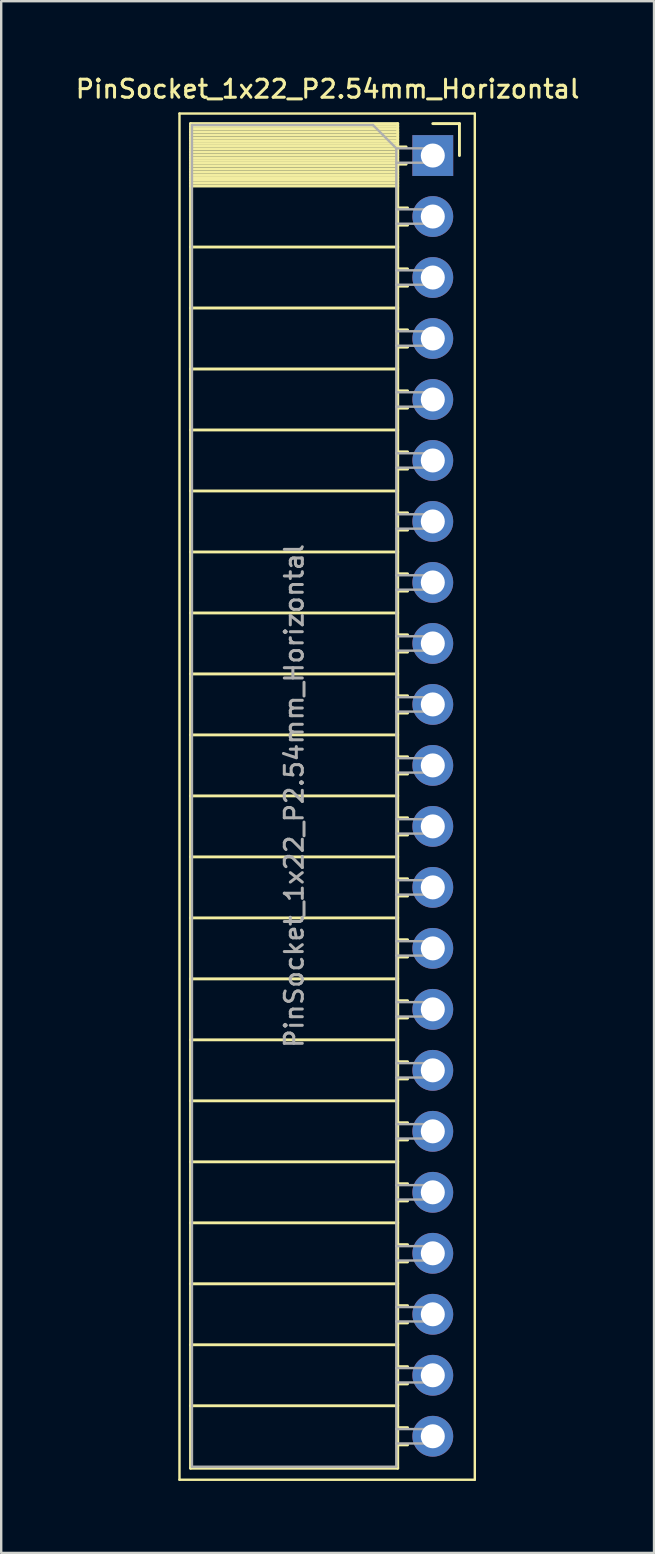
<source format=kicad_pcb>
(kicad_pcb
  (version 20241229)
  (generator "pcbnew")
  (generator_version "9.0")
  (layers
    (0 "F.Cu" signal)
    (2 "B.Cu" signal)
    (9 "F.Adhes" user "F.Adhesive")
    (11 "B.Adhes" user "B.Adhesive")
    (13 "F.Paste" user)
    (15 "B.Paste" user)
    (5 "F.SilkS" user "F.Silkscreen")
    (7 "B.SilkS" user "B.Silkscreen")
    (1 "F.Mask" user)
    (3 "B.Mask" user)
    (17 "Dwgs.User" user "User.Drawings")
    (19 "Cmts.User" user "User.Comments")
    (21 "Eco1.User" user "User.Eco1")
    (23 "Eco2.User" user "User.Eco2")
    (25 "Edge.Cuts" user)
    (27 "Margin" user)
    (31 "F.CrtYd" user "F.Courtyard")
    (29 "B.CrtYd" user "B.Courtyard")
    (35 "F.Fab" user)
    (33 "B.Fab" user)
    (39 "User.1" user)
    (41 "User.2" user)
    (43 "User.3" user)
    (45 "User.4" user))
  (footprint "PinSocket_1x22_P2.54mm_Horizontal"
    (layer "F.Cu")
    (at 14.975 3.428)
    (property "Reference" "PinSocket_1x22_P2.54mm_Horizontal" (at -4.38 -2.77 0) (layer "F.SilkS") (effects (font (size 0.75 0.75) (thickness 0.125))))
    (attr through_hole)
    (fp_line (start -10.55 -1.75) (end -10.55 55.15) (stroke (width 0.1) (type solid)) (layer "F.SilkS"))
    (fp_line (start -10.55 55.15) (end 1.75 55.15) (stroke (width 0.1) (type solid)) (layer "F.SilkS"))
    (fp_line (start -10.09 -1.33) (end -10.09 54.67) (stroke (width 0.12) (type solid)) (layer "F.SilkS"))
    (fp_line (start -10.09 -1.33) (end -1.46 -1.33) (stroke (width 0.12) (type solid)) (layer "F.SilkS"))
    (fp_line (start -10.09 -1.21) (end -1.46 -1.21) (stroke (width 0.12) (type solid)) (layer "F.SilkS"))
    (fp_line (start -10.09 -1.092) (end -1.46 -1.092) (stroke (width 0.12) (type solid)) (layer "F.SilkS"))
    (fp_line (start -10.09 -0.974) (end -1.46 -0.974) (stroke (width 0.12) (type solid)) (layer "F.SilkS"))
    (fp_line (start -10.09 -0.856) (end -1.46 -0.856) (stroke (width 0.12) (type solid)) (layer "F.SilkS"))
    (fp_line (start -10.09 -0.738) (end -1.46 -0.738) (stroke (width 0.12) (type solid)) (layer "F.SilkS"))
    (fp_line (start -10.09 -0.62) (end -1.46 -0.62) (stroke (width 0.12) (type solid)) (layer "F.SilkS"))
    (fp_line (start -10.09 -0.501) (end -1.46 -0.501) (stroke (width 0.12) (type solid)) (layer "F.SilkS"))
    (fp_line (start -10.09 -0.383) (end -1.46 -0.383) (stroke (width 0.12) (type solid)) (layer "F.SilkS"))
    (fp_line (start -10.09 -0.265) (end -1.46 -0.265) (stroke (width 0.12) (type solid)) (layer "F.SilkS"))
    (fp_line (start -10.09 -0.147) (end -1.46 -0.147) (stroke (width 0.12) (type solid)) (layer "F.SilkS"))
    (fp_line (start -10.09 -0.029) (end -1.46 -0.029) (stroke (width 0.12) (type solid)) (layer "F.SilkS"))
    (fp_line (start -10.09 0.089) (end -1.46 0.089) (stroke (width 0.12) (type solid)) (layer "F.SilkS"))
    (fp_line (start -10.09 0.207) (end -1.46 0.207) (stroke (width 0.12) (type solid)) (layer "F.SilkS"))
    (fp_line (start -10.09 0.325) (end -1.46 0.325) (stroke (width 0.12) (type solid)) (layer "F.SilkS"))
    (fp_line (start -10.09 0.443) (end -1.46 0.443) (stroke (width 0.12) (type solid)) (layer "F.SilkS"))
    (fp_line (start -10.09 0.561) (end -1.46 0.561) (stroke (width 0.12) (type solid)) (layer "F.SilkS"))
    (fp_line (start -10.09 0.68) (end -1.46 0.68) (stroke (width 0.12) (type solid)) (layer "F.SilkS"))
    (fp_line (start -10.09 0.798) (end -1.46 0.798) (stroke (width 0.12) (type solid)) (layer "F.SilkS"))
    (fp_line (start -10.09 0.916) (end -1.46 0.916) (stroke (width 0.12) (type solid)) (layer "F.SilkS"))
    (fp_line (start -10.09 1.034) (end -1.46 1.034) (stroke (width 0.12) (type solid)) (layer "F.SilkS"))
    (fp_line (start -10.09 1.152) (end -1.46 1.152) (stroke (width 0.12) (type solid)) (layer "F.SilkS"))
    (fp_line (start -10.09 1.27) (end -1.46 1.27) (stroke (width 0.12) (type solid)) (layer "F.SilkS"))
    (fp_line (start -10.09 3.81) (end -1.46 3.81) (stroke (width 0.12) (type solid)) (layer "F.SilkS"))
    (fp_line (start -10.09 6.35) (end -1.46 6.35) (stroke (width 0.12) (type solid)) (layer "F.SilkS"))
    (fp_line (start -10.09 8.89) (end -1.46 8.89) (stroke (width 0.12) (type solid)) (layer "F.SilkS"))
    (fp_line (start -10.09 11.43) (end -1.46 11.43) (stroke (width 0.12) (type solid)) (layer "F.SilkS"))
    (fp_line (start -10.09 13.97) (end -1.46 13.97) (stroke (width 0.12) (type solid)) (layer "F.SilkS"))
    (fp_line (start -10.09 16.51) (end -1.46 16.51) (stroke (width 0.12) (type solid)) (layer "F.SilkS"))
    (fp_line (start -10.09 19.05) (end -1.46 19.05) (stroke (width 0.12) (type solid)) (layer "F.SilkS"))
    (fp_line (start -10.09 21.59) (end -1.46 21.59) (stroke (width 0.12) (type solid)) (layer "F.SilkS"))
    (fp_line (start -10.09 24.13) (end -1.46 24.13) (stroke (width 0.12) (type solid)) (layer "F.SilkS"))
    (fp_line (start -10.09 26.67) (end -1.46 26.67) (stroke (width 0.12) (type solid)) (layer "F.SilkS"))
    (fp_line (start -10.09 29.21) (end -1.46 29.21) (stroke (width 0.12) (type solid)) (layer "F.SilkS"))
    (fp_line (start -10.09 31.75) (end -1.46 31.75) (stroke (width 0.12) (type solid)) (layer "F.SilkS"))
    (fp_line (start -10.09 34.29) (end -1.46 34.29) (stroke (width 0.12) (type solid)) (layer "F.SilkS"))
    (fp_line (start -10.09 36.83) (end -1.46 36.83) (stroke (width 0.12) (type solid)) (layer "F.SilkS"))
    (fp_line (start -10.09 39.37) (end -1.46 39.37) (stroke (width 0.12) (type solid)) (layer "F.SilkS"))
    (fp_line (start -10.09 41.91) (end -1.46 41.91) (stroke (width 0.12) (type solid)) (layer "F.SilkS"))
    (fp_line (start -10.09 44.45) (end -1.46 44.45) (stroke (width 0.12) (type solid)) (layer "F.SilkS"))
    (fp_line (start -10.09 46.99) (end -1.46 46.99) (stroke (width 0.12) (type solid)) (layer "F.SilkS"))
    (fp_line (start -10.09 49.53) (end -1.46 49.53) (stroke (width 0.12) (type solid)) (layer "F.SilkS"))
    (fp_line (start -10.09 52.07) (end -1.46 52.07) (stroke (width 0.12) (type solid)) (layer "F.SilkS"))
    (fp_line (start -10.09 54.67) (end -1.46 54.67) (stroke (width 0.12) (type solid)) (layer "F.SilkS"))
    (fp_line (start -1.46 -1.33) (end -1.46 54.67) (stroke (width 0.12) (type solid)) (layer "F.SilkS"))
    (fp_line (start -1.46 -0.36) (end -1.11 -0.36) (stroke (width 0.12) (type solid)) (layer "F.SilkS"))
    (fp_line (start -1.46 0.36) (end -1.11 0.36) (stroke (width 0.12) (type solid)) (layer "F.SilkS"))
    (fp_line (start -1.46 2.18) (end -1.05 2.18) (stroke (width 0.12) (type solid)) (layer "F.SilkS"))
    (fp_line (start -1.46 2.9) (end -1.05 2.9) (stroke (width 0.12) (type solid)) (layer "F.SilkS"))
    (fp_line (start -1.46 4.72) (end -1.05 4.72) (stroke (width 0.12) (type solid)) (layer "F.SilkS"))
    (fp_line (start -1.46 5.44) (end -1.05 5.44) (stroke (width 0.12) (type solid)) (layer "F.SilkS"))
    (fp_line (start -1.46 7.26) (end -1.05 7.26) (stroke (width 0.12) (type solid)) (layer "F.SilkS"))
    (fp_line (start -1.46 7.98) (end -1.05 7.98) (stroke (width 0.12) (type solid)) (layer "F.SilkS"))
    (fp_line (start -1.46 9.8) (end -1.05 9.8) (stroke (width 0.12) (type solid)) (layer "F.SilkS"))
    (fp_line (start -1.46 10.52) (end -1.05 10.52) (stroke (width 0.12) (type solid)) (layer "F.SilkS"))
    (fp_line (start -1.46 12.34) (end -1.05 12.34) (stroke (width 0.12) (type solid)) (layer "F.SilkS"))
    (fp_line (start -1.46 13.06) (end -1.05 13.06) (stroke (width 0.12) (type solid)) (layer "F.SilkS"))
    (fp_line (start -1.46 14.88) (end -1.05 14.88) (stroke (width 0.12) (type solid)) (layer "F.SilkS"))
    (fp_line (start -1.46 15.6) (end -1.05 15.6) (stroke (width 0.12) (type solid)) (layer "F.SilkS"))
    (fp_line (start -1.46 17.42) (end -1.05 17.42) (stroke (width 0.12) (type solid)) (layer "F.SilkS"))
    (fp_line (start -1.46 18.14) (end -1.05 18.14) (stroke (width 0.12) (type solid)) (layer "F.SilkS"))
    (fp_line (start -1.46 19.96) (end -1.05 19.96) (stroke (width 0.12) (type solid)) (layer "F.SilkS"))
    (fp_line (start -1.46 20.68) (end -1.05 20.68) (stroke (width 0.12) (type solid)) (layer "F.SilkS"))
    (fp_line (start -1.46 22.5) (end -1.05 22.5) (stroke (width 0.12) (type solid)) (layer "F.SilkS"))
    (fp_line (start -1.46 23.22) (end -1.05 23.22) (stroke (width 0.12) (type solid)) (layer "F.SilkS"))
    (fp_line (start -1.46 25.04) (end -1.05 25.04) (stroke (width 0.12) (type solid)) (layer "F.SilkS"))
    (fp_line (start -1.46 25.76) (end -1.05 25.76) (stroke (width 0.12) (type solid)) (layer "F.SilkS"))
    (fp_line (start -1.46 27.58) (end -1.05 27.58) (stroke (width 0.12) (type solid)) (layer "F.SilkS"))
    (fp_line (start -1.46 28.3) (end -1.05 28.3) (stroke (width 0.12) (type solid)) (layer "F.SilkS"))
    (fp_line (start -1.46 30.12) (end -1.05 30.12) (stroke (width 0.12) (type solid)) (layer "F.SilkS"))
    (fp_line (start -1.46 30.84) (end -1.05 30.84) (stroke (width 0.12) (type solid)) (layer "F.SilkS"))
    (fp_line (start -1.46 32.66) (end -1.05 32.66) (stroke (width 0.12) (type solid)) (layer "F.SilkS"))
    (fp_line (start -1.46 33.38) (end -1.05 33.38) (stroke (width 0.12) (type solid)) (layer "F.SilkS"))
    (fp_line (start -1.46 35.2) (end -1.05 35.2) (stroke (width 0.12) (type solid)) (layer "F.SilkS"))
    (fp_line (start -1.46 35.92) (end -1.05 35.92) (stroke (width 0.12) (type solid)) (layer "F.SilkS"))
    (fp_line (start -1.46 37.74) (end -1.05 37.74) (stroke (width 0.12) (type solid)) (layer "F.SilkS"))
    (fp_line (start -1.46 38.46) (end -1.05 38.46) (stroke (width 0.12) (type solid)) (layer "F.SilkS"))
    (fp_line (start -1.46 40.28) (end -1.05 40.28) (stroke (width 0.12) (type solid)) (layer "F.SilkS"))
    (fp_line (start -1.46 41) (end -1.05 41) (stroke (width 0.12) (type solid)) (layer "F.SilkS"))
    (fp_line (start -1.46 42.82) (end -1.05 42.82) (stroke (width 0.12) (type solid)) (layer "F.SilkS"))
    (fp_line (start -1.46 43.54) (end -1.05 43.54) (stroke (width 0.12) (type solid)) (layer "F.SilkS"))
    (fp_line (start -1.46 45.36) (end -1.05 45.36) (stroke (width 0.12) (type solid)) (layer "F.SilkS"))
    (fp_line (start -1.46 46.08) (end -1.05 46.08) (stroke (width 0.12) (type solid)) (layer "F.SilkS"))
    (fp_line (start -1.46 47.9) (end -1.05 47.9) (stroke (width 0.12) (type solid)) (layer "F.SilkS"))
    (fp_line (start -1.46 48.62) (end -1.05 48.62) (stroke (width 0.12) (type solid)) (layer "F.SilkS"))
    (fp_line (start -1.46 50.44) (end -1.05 50.44) (stroke (width 0.12) (type solid)) (layer "F.SilkS"))
    (fp_line (start -1.46 51.16) (end -1.05 51.16) (stroke (width 0.12) (type solid)) (layer "F.SilkS"))
    (fp_line (start -1.46 52.98) (end -1.05 52.98) (stroke (width 0.12) (type solid)) (layer "F.SilkS"))
    (fp_line (start -1.46 53.7) (end -1.05 53.7) (stroke (width 0.12) (type solid)) (layer "F.SilkS"))
    (fp_line (start 0 -1.33) (end 1.11 -1.33) (stroke (width 0.12) (type solid)) (layer "F.SilkS"))
    (fp_line (start 1.11 -1.33) (end 1.11 0) (stroke (width 0.12) (type solid)) (layer "F.SilkS"))
    (fp_line (start 1.75 -1.75) (end -10.55 -1.75) (stroke (width 0.1) (type solid)) (layer "F.SilkS"))
    (fp_line (start 1.75 55.15) (end 1.75 -1.75) (stroke (width 0.1) (type solid)) (layer "F.SilkS"))
    (fp_line (start -10.03 -1.27) (end -2.49 -1.27) (stroke (width 0.1) (type solid)) (layer "F.Fab"))
    (fp_line (start -10.03 54.61) (end -10.03 -1.27) (stroke (width 0.1) (type solid)) (layer "F.Fab"))
    (fp_line (start -2.49 -1.27) (end -1.52 -0.3) (stroke (width 0.1) (type solid)) (layer "F.Fab"))
    (fp_line (start -1.52 -0.3) (end -1.52 54.61) (stroke (width 0.1) (type solid)) (layer "F.Fab"))
    (fp_line (start -1.52 0.3) (end 0 0.3) (stroke (width 0.1) (type solid)) (layer "F.Fab"))
    (fp_line (start -1.52 2.84) (end 0 2.84) (stroke (width 0.1) (type solid)) (layer "F.Fab"))
    (fp_line (start -1.52 5.38) (end 0 5.38) (stroke (width 0.1) (type solid)) (layer "F.Fab"))
    (fp_line (start -1.52 7.92) (end 0 7.92) (stroke (width 0.1) (type solid)) (layer "F.Fab"))
    (fp_line (start -1.52 10.46) (end 0 10.46) (stroke (width 0.1) (type solid)) (layer "F.Fab"))
    (fp_line (start -1.52 13) (end 0 13) (stroke (width 0.1) (type solid)) (layer "F.Fab"))
    (fp_line (start -1.52 15.54) (end 0 15.54) (stroke (width 0.1) (type solid)) (layer "F.Fab"))
    (fp_line (start -1.52 18.08) (end 0 18.08) (stroke (width 0.1) (type solid)) (layer "F.Fab"))
    (fp_line (start -1.52 20.62) (end 0 20.62) (stroke (width 0.1) (type solid)) (layer "F.Fab"))
    (fp_line (start -1.52 23.16) (end 0 23.16) (stroke (width 0.1) (type solid)) (layer "F.Fab"))
    (fp_line (start -1.52 25.7) (end 0 25.7) (stroke (width 0.1) (type solid)) (layer "F.Fab"))
    (fp_line (start -1.52 28.24) (end 0 28.24) (stroke (width 0.1) (type solid)) (layer "F.Fab"))
    (fp_line (start -1.52 30.78) (end 0 30.78) (stroke (width 0.1) (type solid)) (layer "F.Fab"))
    (fp_line (start -1.52 33.32) (end 0 33.32) (stroke (width 0.1) (type solid)) (layer "F.Fab"))
    (fp_line (start -1.52 35.86) (end 0 35.86) (stroke (width 0.1) (type solid)) (layer "F.Fab"))
    (fp_line (start -1.52 38.4) (end 0 38.4) (stroke (width 0.1) (type solid)) (layer "F.Fab"))
    (fp_line (start -1.52 40.94) (end 0 40.94) (stroke (width 0.1) (type solid)) (layer "F.Fab"))
    (fp_line (start -1.52 43.48) (end 0 43.48) (stroke (width 0.1) (type solid)) (layer "F.Fab"))
    (fp_line (start -1.52 46.02) (end 0 46.02) (stroke (width 0.1) (type solid)) (layer "F.Fab"))
    (fp_line (start -1.52 48.56) (end 0 48.56) (stroke (width 0.1) (type solid)) (layer "F.Fab"))
    (fp_line (start -1.52 51.1) (end 0 51.1) (stroke (width 0.1) (type solid)) (layer "F.Fab"))
    (fp_line (start -1.52 53.64) (end 0 53.64) (stroke (width 0.1) (type solid)) (layer "F.Fab"))
    (fp_line (start -1.52 54.61) (end -10.03 54.61) (stroke (width 0.1) (type solid)) (layer "F.Fab"))
    (fp_line (start 0 -0.3) (end -1.52 -0.3) (stroke (width 0.1) (type solid)) (layer "F.Fab"))
    (fp_line (start 0 0.3) (end 0 -0.3) (stroke (width 0.1) (type solid)) (layer "F.Fab"))
    (fp_line (start 0 2.24) (end -1.52 2.24) (stroke (width 0.1) (type solid)) (layer "F.Fab"))
    (fp_line (start 0 2.84) (end 0 2.24) (stroke (width 0.1) (type solid)) (layer "F.Fab"))
    (fp_line (start 0 4.78) (end -1.52 4.78) (stroke (width 0.1) (type solid)) (layer "F.Fab"))
    (fp_line (start 0 5.38) (end 0 4.78) (stroke (width 0.1) (type solid)) (layer "F.Fab"))
    (fp_line (start 0 7.32) (end -1.52 7.32) (stroke (width 0.1) (type solid)) (layer "F.Fab"))
    (fp_line (start 0 7.92) (end 0 7.32) (stroke (width 0.1) (type solid)) (layer "F.Fab"))
    (fp_line (start 0 9.86) (end -1.52 9.86) (stroke (width 0.1) (type solid)) (layer "F.Fab"))
    (fp_line (start 0 10.46) (end 0 9.86) (stroke (width 0.1) (type solid)) (layer "F.Fab"))
    (fp_line (start 0 12.4) (end -1.52 12.4) (stroke (width 0.1) (type solid)) (layer "F.Fab"))
    (fp_line (start 0 13) (end 0 12.4) (stroke (width 0.1) (type solid)) (layer "F.Fab"))
    (fp_line (start 0 14.94) (end -1.52 14.94) (stroke (width 0.1) (type solid)) (layer "F.Fab"))
    (fp_line (start 0 15.54) (end 0 14.94) (stroke (width 0.1) (type solid)) (layer "F.Fab"))
    (fp_line (start 0 17.48) (end -1.52 17.48) (stroke (width 0.1) (type solid)) (layer "F.Fab"))
    (fp_line (start 0 18.08) (end 0 17.48) (stroke (width 0.1) (type solid)) (layer "F.Fab"))
    (fp_line (start 0 20.02) (end -1.52 20.02) (stroke (width 0.1) (type solid)) (layer "F.Fab"))
    (fp_line (start 0 20.62) (end 0 20.02) (stroke (width 0.1) (type solid)) (layer "F.Fab"))
    (fp_line (start 0 22.56) (end -1.52 22.56) (stroke (width 0.1) (type solid)) (layer "F.Fab"))
    (fp_line (start 0 23.16) (end 0 22.56) (stroke (width 0.1) (type solid)) (layer "F.Fab"))
    (fp_line (start 0 25.1) (end -1.52 25.1) (stroke (width 0.1) (type solid)) (layer "F.Fab"))
    (fp_line (start 0 25.7) (end 0 25.1) (stroke (width 0.1) (type solid)) (layer "F.Fab"))
    (fp_line (start 0 27.64) (end -1.52 27.64) (stroke (width 0.1) (type solid)) (layer "F.Fab"))
    (fp_line (start 0 28.24) (end 0 27.64) (stroke (width 0.1) (type solid)) (layer "F.Fab"))
    (fp_line (start 0 30.18) (end -1.52 30.18) (stroke (width 0.1) (type solid)) (layer "F.Fab"))
    (fp_line (start 0 30.78) (end 0 30.18) (stroke (width 0.1) (type solid)) (layer "F.Fab"))
    (fp_line (start 0 32.72) (end -1.52 32.72) (stroke (width 0.1) (type solid)) (layer "F.Fab"))
    (fp_line (start 0 33.32) (end 0 32.72) (stroke (width 0.1) (type solid)) (layer "F.Fab"))
    (fp_line (start 0 35.26) (end -1.52 35.26) (stroke (width 0.1) (type solid)) (layer "F.Fab"))
    (fp_line (start 0 35.86) (end 0 35.26) (stroke (width 0.1) (type solid)) (layer "F.Fab"))
    (fp_line (start 0 37.8) (end -1.52 37.8) (stroke (width 0.1) (type solid)) (layer "F.Fab"))
    (fp_line (start 0 38.4) (end 0 37.8) (stroke (width 0.1) (type solid)) (layer "F.Fab"))
    (fp_line (start 0 40.34) (end -1.52 40.34) (stroke (width 0.1) (type solid)) (layer "F.Fab"))
    (fp_line (start 0 40.94) (end 0 40.34) (stroke (width 0.1) (type solid)) (layer "F.Fab"))
    (fp_line (start 0 42.88) (end -1.52 42.88) (stroke (width 0.1) (type solid)) (layer "F.Fab"))
    (fp_line (start 0 43.48) (end 0 42.88) (stroke (width 0.1) (type solid)) (layer "F.Fab"))
    (fp_line (start 0 45.42) (end -1.52 45.42) (stroke (width 0.1) (type solid)) (layer "F.Fab"))
    (fp_line (start 0 46.02) (end 0 45.42) (stroke (width 0.1) (type solid)) (layer "F.Fab"))
    (fp_line (start 0 47.96) (end -1.52 47.96) (stroke (width 0.1) (type solid)) (layer "F.Fab"))
    (fp_line (start 0 48.56) (end 0 47.96) (stroke (width 0.1) (type solid)) (layer "F.Fab"))
    (fp_line (start 0 50.5) (end -1.52 50.5) (stroke (width 0.1) (type solid)) (layer "F.Fab"))
    (fp_line (start 0 51.1) (end 0 50.5) (stroke (width 0.1) (type solid)) (layer "F.Fab"))
    (fp_line (start 0 53.04) (end -1.52 53.04) (stroke (width 0.1) (type solid)) (layer "F.Fab"))
    (fp_line (start 0 53.64) (end 0 53.04) (stroke (width 0.1) (type solid)) (layer "F.Fab"))
    (fp_text user "${REFERENCE}" (at -5.775 26.67 90) (layer "F.Fab") (effects (font (size 0.75 0.75) (thickness 0.125))))
    (pad "1" thru_hole rect (at 0 0) (size 1.7 1.7) (drill 1) (layers "*.Cu" "*.Mask"))
    (pad "2" thru_hole oval (at 0 2.54) (size 1.7 1.7) (drill 1) (layers "*.Cu" "*.Mask"))
    (pad "3" thru_hole oval (at 0 5.08) (size 1.7 1.7) (drill 1) (layers "*.Cu" "*.Mask"))
    (pad "4" thru_hole oval (at 0 7.62) (size 1.7 1.7) (drill 1) (layers "*.Cu" "*.Mask"))
    (pad "5" thru_hole oval (at 0 10.16) (size 1.7 1.7) (drill 1) (layers "*.Cu" "*.Mask"))
    (pad "6" thru_hole oval (at 0 12.7) (size 1.7 1.7) (drill 1) (layers "*.Cu" "*.Mask"))
    (pad "7" thru_hole oval (at 0 15.24) (size 1.7 1.7) (drill 1) (layers "*.Cu" "*.Mask"))
    (pad "8" thru_hole oval (at 0 17.78) (size 1.7 1.7) (drill 1) (layers "*.Cu" "*.Mask"))
    (pad "9" thru_hole oval (at 0 20.32) (size 1.7 1.7) (drill 1) (layers "*.Cu" "*.Mask"))
    (pad "10" thru_hole oval (at 0 22.86) (size 1.7 1.7) (drill 1) (layers "*.Cu" "*.Mask"))
    (pad "11" thru_hole oval (at 0 25.4) (size 1.7 1.7) (drill 1) (layers "*.Cu" "*.Mask"))
    (pad "12" thru_hole oval (at 0 27.94) (size 1.7 1.7) (drill 1) (layers "*.Cu" "*.Mask"))
    (pad "13" thru_hole oval (at 0 30.48) (size 1.7 1.7) (drill 1) (layers "*.Cu" "*.Mask"))
    (pad "14" thru_hole oval (at 0 33.02) (size 1.7 1.7) (drill 1) (layers "*.Cu" "*.Mask"))
    (pad "15" thru_hole oval (at 0 35.56) (size 1.7 1.7) (drill 1) (layers "*.Cu" "*.Mask"))
    (pad "16" thru_hole oval (at 0 38.1) (size 1.7 1.7) (drill 1) (layers "*.Cu" "*.Mask"))
    (pad "17" thru_hole oval (at 0 40.64) (size 1.7 1.7) (drill 1) (layers "*.Cu" "*.Mask"))
    (pad "18" thru_hole oval (at 0 43.18) (size 1.7 1.7) (drill 1) (layers "*.Cu" "*.Mask"))
    (pad "19" thru_hole oval (at 0 45.72) (size 1.7 1.7) (drill 1) (layers "*.Cu" "*.Mask"))
    (pad "20" thru_hole oval (at 0 48.26) (size 1.7 1.7) (drill 1) (layers "*.Cu" "*.Mask"))
    (pad "21" thru_hole oval (at 0 50.8) (size 1.7 1.7) (drill 1) (layers "*.Cu" "*.Mask"))
    (pad "22" thru_hole oval (at 0 53.34) (size 1.7 1.7) (drill 1) (layers "*.Cu" "*.Mask")))
  (gr_rect
    (start -3 -3)
    (end 24.189 61.628)
    (stroke (width 0.1) (type default))
    (fill no)
    (layer "Edge.Cuts")))
</source>
